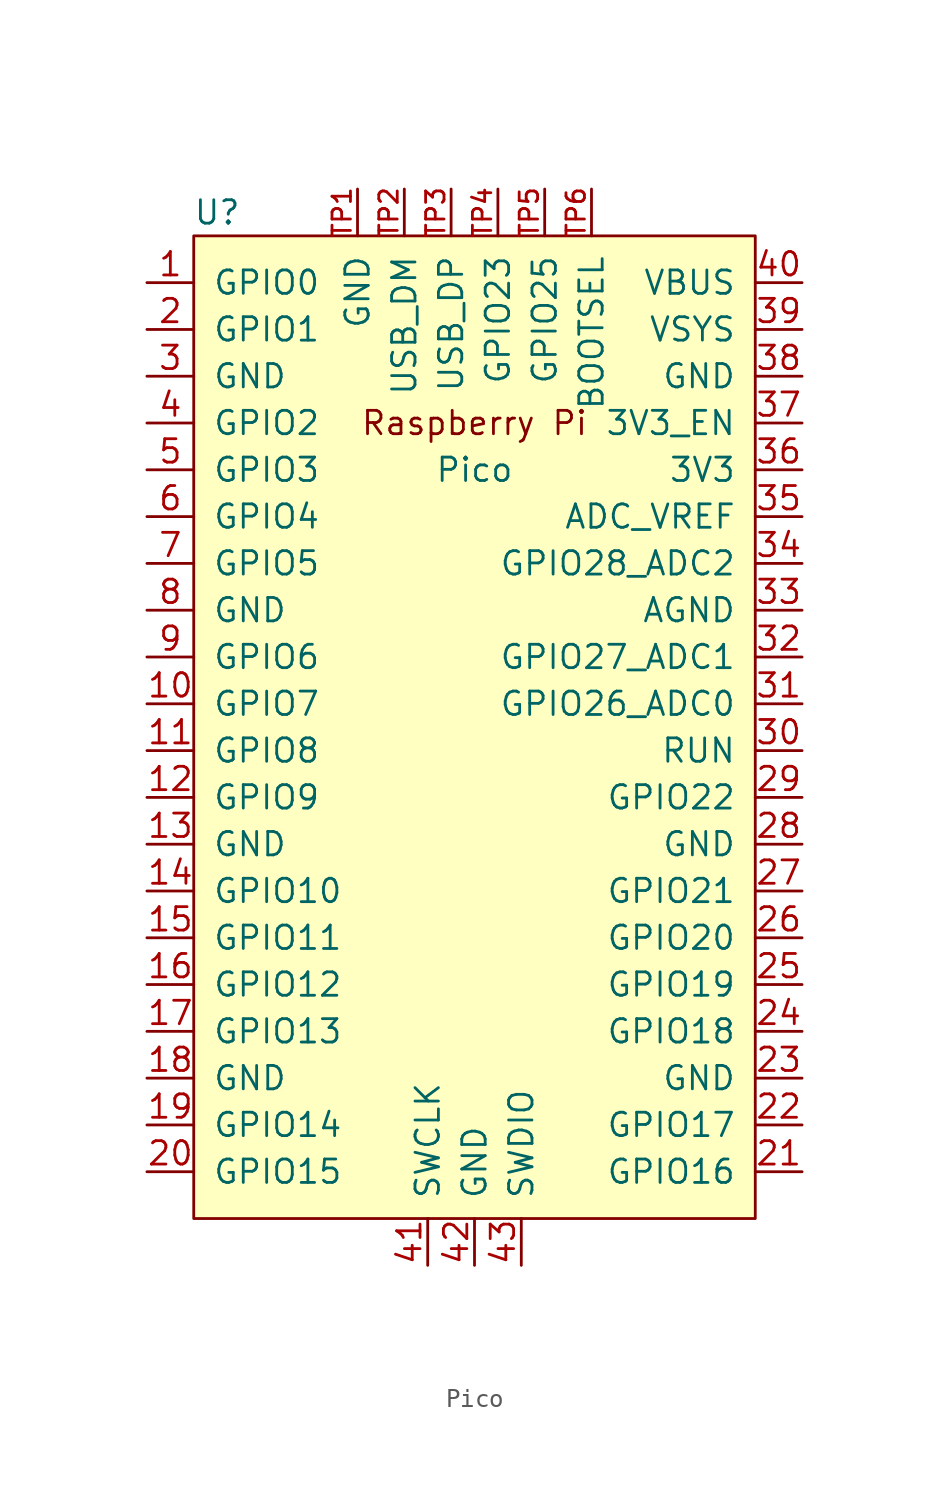
<source format=kicad_sym>
(kicad_symbol_lib
  (version 20220914)
  (generator kicad_symbol_editor)
  (symbol "Pico"
    (pin_names
      (offset 1.016))
    (property "Reference" "U"
      (at -13.97 27.94 0)
      (effects (font (size 1.27 1.27))))
    (property "Value" "Pico"
      (at 0 13.97 0)
      (effects (font (size 1.27 1.27))))
    (symbol "Pico_0_0"
      (text "Raspberry Pi" (at 0 16.51 0) (effects (font (size 1.27 1.27)))))
    (symbol "Pico_0_1"
      (rectangle (start -15.24 26.67) (end 15.24 -26.67) (stroke (width 0) (type solid)) (fill (type background))))
    (symbol "Pico_1_1"
      (pin bidirectional line (at -17.78 24.13 0) (length 2.54) (name "GPIO0" (effects (font (size 1.27 1.27)))) (number "1" (effects (font (size 1.27 1.27)))))
      (pin bidirectional line (at -17.78 1.27 0) (length 2.54) (name "GPIO7" (effects (font (size 1.27 1.27)))) (number "10" (effects (font (size 1.27 1.27)))))
      (pin bidirectional line (at -17.78 -1.27 0) (length 2.54) (name "GPIO8" (effects (font (size 1.27 1.27)))) (number "11" (effects (font (size 1.27 1.27)))))
      (pin bidirectional line (at -17.78 -3.81 0) (length 2.54) (name "GPIO9" (effects (font (size 1.27 1.27)))) (number "12" (effects (font (size 1.27 1.27)))))
      (pin power_in line (at -17.78 -6.35 0) (length 2.54) (name "GND" (effects (font (size 1.27 1.27)))) (number "13" (effects (font (size 1.27 1.27)))))
      (pin bidirectional line (at -17.78 -8.89 0) (length 2.54) (name "GPIO10" (effects (font (size 1.27 1.27)))) (number "14" (effects (font (size 1.27 1.27)))))
      (pin bidirectional line (at -17.78 -11.43 0) (length 2.54) (name "GPIO11" (effects (font (size 1.27 1.27)))) (number "15" (effects (font (size 1.27 1.27)))))
      (pin bidirectional line (at -17.78 -13.97 0) (length 2.54) (name "GPIO12" (effects (font (size 1.27 1.27)))) (number "16" (effects (font (size 1.27 1.27)))))
      (pin bidirectional line (at -17.78 -16.51 0) (length 2.54) (name "GPIO13" (effects (font (size 1.27 1.27)))) (number "17" (effects (font (size 1.27 1.27)))))
      (pin power_in line (at -17.78 -19.05 0) (length 2.54) (name "GND" (effects (font (size 1.27 1.27)))) (number "18" (effects (font (size 1.27 1.27)))))
      (pin bidirectional line (at -17.78 -21.59 0) (length 2.54) (name "GPIO14" (effects (font (size 1.27 1.27)))) (number "19" (effects (font (size 1.27 1.27)))))
      (pin bidirectional line (at -17.78 21.59 0) (length 2.54) (name "GPIO1" (effects (font (size 1.27 1.27)))) (number "2" (effects (font (size 1.27 1.27)))))
      (pin bidirectional line (at -17.78 -24.13 0) (length 2.54) (name "GPIO15" (effects (font (size 1.27 1.27)))) (number "20" (effects (font (size 1.27 1.27)))))
      (pin bidirectional line (at 17.78 -24.13 180) (length 2.54) (name "GPIO16" (effects (font (size 1.27 1.27)))) (number "21" (effects (font (size 1.27 1.27)))))
      (pin bidirectional line (at 17.78 -21.59 180) (length 2.54) (name "GPIO17" (effects (font (size 1.27 1.27)))) (number "22" (effects (font (size 1.27 1.27)))))
      (pin power_in line (at 17.78 -19.05 180) (length 2.54) (name "GND" (effects (font (size 1.27 1.27)))) (number "23" (effects (font (size 1.27 1.27)))))
      (pin bidirectional line (at 17.78 -16.51 180) (length 2.54) (name "GPIO18" (effects (font (size 1.27 1.27)))) (number "24" (effects (font (size 1.27 1.27)))))
      (pin bidirectional line (at 17.78 -13.97 180) (length 2.54) (name "GPIO19" (effects (font (size 1.27 1.27)))) (number "25" (effects (font (size 1.27 1.27)))))
      (pin bidirectional line (at 17.78 -11.43 180) (length 2.54) (name "GPIO20" (effects (font (size 1.27 1.27)))) (number "26" (effects (font (size 1.27 1.27)))))
      (pin bidirectional line (at 17.78 -8.89 180) (length 2.54) (name "GPIO21" (effects (font (size 1.27 1.27)))) (number "27" (effects (font (size 1.27 1.27)))))
      (pin power_in line (at 17.78 -6.35 180) (length 2.54) (name "GND" (effects (font (size 1.27 1.27)))) (number "28" (effects (font (size 1.27 1.27)))))
      (pin bidirectional line (at 17.78 -3.81 180) (length 2.54) (name "GPIO22" (effects (font (size 1.27 1.27)))) (number "29" (effects (font (size 1.27 1.27)))))
      (pin power_in line (at -17.78 19.05 0) (length 2.54) (name "GND" (effects (font (size 1.27 1.27)))) (number "3" (effects (font (size 1.27 1.27)))))
      (pin input line (at 17.78 -1.27 180) (length 2.54) (name "RUN" (effects (font (size 1.27 1.27)))) (number "30" (effects (font (size 1.27 1.27)))))
      (pin bidirectional line (at 17.78 1.27 180) (length 2.54) (name "GPIO26_ADC0" (effects (font (size 1.27 1.27)))) (number "31" (effects (font (size 1.27 1.27)))))
      (pin bidirectional line (at 17.78 3.81 180) (length 2.54) (name "GPIO27_ADC1" (effects (font (size 1.27 1.27)))) (number "32" (effects (font (size 1.27 1.27)))))
      (pin power_in line (at 17.78 6.35 180) (length 2.54) (name "AGND" (effects (font (size 1.27 1.27)))) (number "33" (effects (font (size 1.27 1.27)))))
      (pin bidirectional line (at 17.78 8.89 180) (length 2.54) (name "GPIO28_ADC2" (effects (font (size 1.27 1.27)))) (number "34" (effects (font (size 1.27 1.27)))))
      (pin unspecified line (at 17.78 11.43 180) (length 2.54) (name "ADC_VREF" (effects (font (size 1.27 1.27)))) (number "35" (effects (font (size 1.27 1.27)))))
      (pin unspecified line (at 17.78 13.97 180) (length 2.54) (name "3V3" (effects (font (size 1.27 1.27)))) (number "36" (effects (font (size 1.27 1.27)))))
      (pin input line (at 17.78 16.51 180) (length 2.54) (name "3V3_EN" (effects (font (size 1.27 1.27)))) (number "37" (effects (font (size 1.27 1.27)))))
      (pin bidirectional line (at 17.78 19.05 180) (length 2.54) (name "GND" (effects (font (size 1.27 1.27)))) (number "38" (effects (font (size 1.27 1.27)))))
      (pin unspecified line (at 17.78 21.59 180) (length 2.54) (name "VSYS" (effects (font (size 1.27 1.27)))) (number "39" (effects (font (size 1.27 1.27)))))
      (pin bidirectional line (at -17.78 16.51 0) (length 2.54) (name "GPIO2" (effects (font (size 1.27 1.27)))) (number "4" (effects (font (size 1.27 1.27)))))
      (pin unspecified line (at 17.78 24.13 180) (length 2.54) (name "VBUS" (effects (font (size 1.27 1.27)))) (number "40" (effects (font (size 1.27 1.27)))))
      (pin input line (at -2.54 -29.21 90) (length 2.54) (name "SWCLK" (effects (font (size 1.27 1.27)))) (number "41" (effects (font (size 1.27 1.27)))))
      (pin power_in line (at 0 -29.21 90) (length 2.54) (name "GND" (effects (font (size 1.27 1.27)))) (number "42" (effects (font (size 1.27 1.27)))))
      (pin bidirectional line (at 2.54 -29.21 90) (length 2.54) (name "SWDIO" (effects (font (size 1.27 1.27)))) (number "43" (effects (font (size 1.27 1.27)))))
      (pin bidirectional line (at -17.78 13.97 0) (length 2.54) (name "GPIO3" (effects (font (size 1.27 1.27)))) (number "5" (effects (font (size 1.27 1.27)))))
      (pin bidirectional line (at -17.78 11.43 0) (length 2.54) (name "GPIO4" (effects (font (size 1.27 1.27)))) (number "6" (effects (font (size 1.27 1.27)))))
      (pin bidirectional line (at -17.78 8.89 0) (length 2.54) (name "GPIO5" (effects (font (size 1.27 1.27)))) (number "7" (effects (font (size 1.27 1.27)))))
      (pin power_in line (at -17.78 6.35 0) (length 2.54) (name "GND" (effects (font (size 1.27 1.27)))) (number "8" (effects (font (size 1.27 1.27)))))
      (pin bidirectional line (at -17.78 3.81 0) (length 2.54) (name "GPIO6" (effects (font (size 1.27 1.27)))) (number "9" (effects (font (size 1.27 1.27)))))
      (pin power_in line (at -6.35 29.21 270) (length 2.54) (name "GND" (effects (font (size 1.27 1.27)))) (number "TP1" (effects (font (size 1 1)))))
      (pin bidirectional line (at -3.81 29.21 270) (length 2.54) (name "USB_DM" (effects (font (size 1.27 1.27)))) (number "TP2" (effects (font (size 1 1)))))
      (pin bidirectional line (at -1.27 29.21 270) (length 2.54) (name "USB_DP" (effects (font (size 1.27 1.27)))) (number "TP3" (effects (font (size 1 1)))))
      (pin bidirectional line (at 1.27 29.21 270) (length 2.54) (name "GPIO23" (effects (font (size 1.27 1.27)))) (number "TP4" (effects (font (size 1 1)))))
      (pin bidirectional line (at 3.81 29.21 270) (length 2.54) (name "GPIO25" (effects (font (size 1.27 1.27)))) (number "TP5" (effects (font (size 1 1)))))
      (pin bidirectional line (at 6.35 29.21 270) (length 2.54) (name "BOOTSEL" (effects (font (size 1.27 1.27)))) (number "TP6" (effects (font (size 1 1))))))))
</source>
